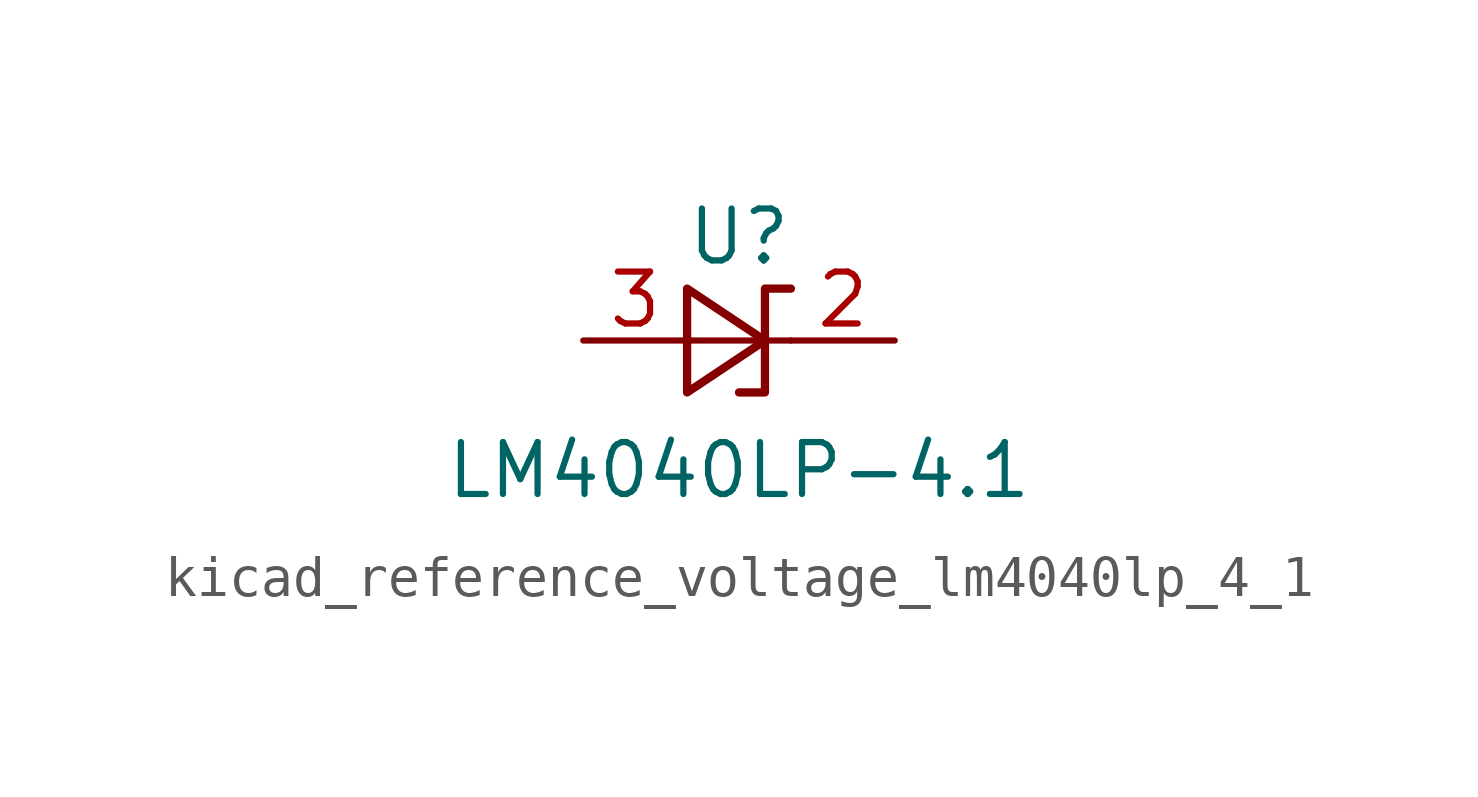
<source format=kicad_sym>
(kicad_symbol_lib
  (version 20220914)
  (generator kicad_symbol_editor)
  (symbol "kicad_reference_voltage_lm4040lp_4_1"
    (pin_names
      (offset 0.025) hide)
    (property "Reference" "U"
      (at 0 2.54 0)
      (effects (font (size 1.27 1.27))))
    (property "Value" "LM4040LP-4.1"
      (at 0 -3.175 0)
      (effects (font (size 1.27 1.27))))
    (symbol "kicad_reference_voltage_lm4040lp_4_1_0_1"
      (polyline (pts (xy -1.27 0) (xy 0 0) (xy 1.27 0)) (stroke (width 0) (type default)) (fill (type none)))
      (polyline (pts (xy -1.27 -1.27) (xy 0.635 0) (xy -1.27 1.27) (xy -1.27 -1.27)) (stroke (width 0.203) (type default)) (fill (type none)))
      (polyline (pts (xy 0 -1.27) (xy 0.635 -1.27) (xy 0.635 1.27) (xy 1.27 1.27)) (stroke (width 0.203) (type default)) (fill (type none))))
    (symbol "kicad_reference_voltage_lm4040lp_4_1_1_1"
      (pin passive line (at 3.81 0 180) (length 2.54) (name "K" (effects (font (size 1.27 1.27)))) (number "2" (effects (font (size 1.27 1.27)))))
      (pin passive line (at -3.81 0 0) (length 2.54) (name "A" (effects (font (size 1.27 1.27)))) (number "3" (effects (font (size 1.27 1.27))))))))
</source>
